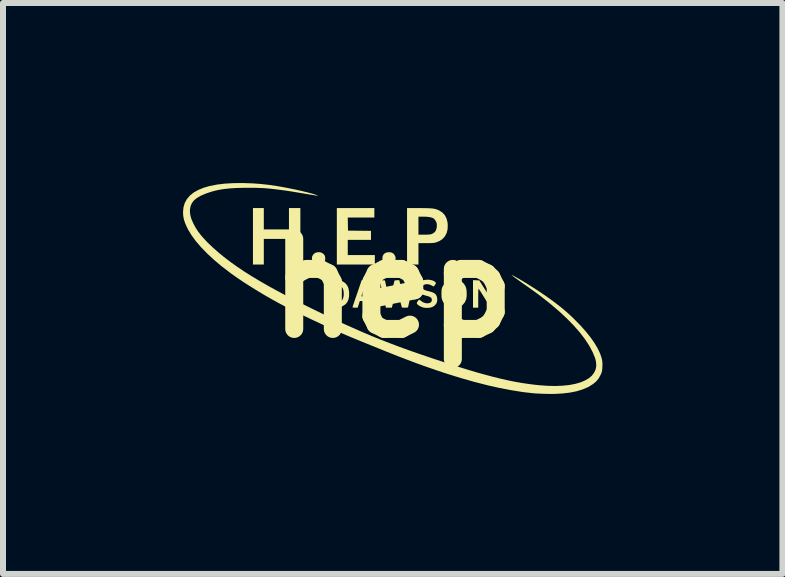
<source format=kicad_pcb>
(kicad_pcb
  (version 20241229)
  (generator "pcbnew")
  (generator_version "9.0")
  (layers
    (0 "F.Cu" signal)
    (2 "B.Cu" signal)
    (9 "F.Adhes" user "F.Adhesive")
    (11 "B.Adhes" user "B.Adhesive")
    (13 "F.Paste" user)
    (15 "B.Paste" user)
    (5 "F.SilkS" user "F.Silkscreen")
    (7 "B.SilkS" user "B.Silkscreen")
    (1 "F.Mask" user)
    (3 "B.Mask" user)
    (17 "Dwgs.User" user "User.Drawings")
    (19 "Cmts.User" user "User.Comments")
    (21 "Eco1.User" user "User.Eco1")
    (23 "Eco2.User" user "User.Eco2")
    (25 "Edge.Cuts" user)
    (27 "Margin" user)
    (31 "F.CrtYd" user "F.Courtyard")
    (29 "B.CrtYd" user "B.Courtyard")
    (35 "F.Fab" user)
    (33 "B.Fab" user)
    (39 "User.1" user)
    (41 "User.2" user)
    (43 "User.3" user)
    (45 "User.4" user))
  (footprint "hep"
    (layer "F.Cu")
    (at 3.496 1.753)
    (property "Reference" "hep" (at 0 0 0) (layer "F.SilkS") (effects (font (size 1.5 1.5) (thickness 0.3))))
    (attr board_only exclude_from_pos_files exclude_from_bom)
    (fp_poly (pts (xy -1.189 -0.593) (xy -1.159 -0.575) (xy -1.136 -0.547) (xy -1.133 -0.54) (xy -1.125 -0.502) (xy -1.13 -0.464) (xy -1.147 -0.431) (xy -1.172 -0.408) (xy -1.202 -0.396) (xy -1.239 -0.392) (xy -1.272 -0.396) (xy -1.305 -0.41) (xy -1.329 -0.436) (xy -1.345 -0.469) (xy -1.349 -0.505) (xy -1.342 -0.536) (xy -1.323 -0.566) (xy -1.295 -0.588) (xy -1.261 -0.599) (xy -1.224 -0.601)) (stroke (width 0) (type solid)) (fill yes) (layer "F.SilkS"))
    (fp_poly (pts (xy -0.026 -0.596) (xy 0.003 -0.583) (xy 0.027 -0.557) (xy 0.029 -0.554) (xy 0.045 -0.518) (xy 0.045 -0.481) (xy 0.032 -0.445) (xy 0.009 -0.416) (xy -0.015 -0.402) (xy -0.048 -0.394) (xy -0.081 -0.394) (xy -0.091 -0.395) (xy -0.131 -0.409) (xy -0.158 -0.432) (xy -0.172 -0.465) (xy -0.175 -0.493) (xy -0.169 -0.536) (xy -0.151 -0.568) (xy -0.122 -0.59) (xy -0.083 -0.6) (xy -0.066 -0.601)) (stroke (width 0) (type solid)) (fill yes) (layer "F.SilkS"))
    (fp_poly (pts (xy -2.15 -1.158) (xy -2.15 -0.98) (xy -1.94 -0.98) (xy -1.731 -0.98) (xy -1.731 -1.158) (xy -1.731 -1.336) (xy -1.636 -1.336) (xy -1.541 -1.336) (xy -1.541 -0.865) (xy -1.541 -0.395) (xy -1.636 -0.395) (xy -1.731 -0.395) (xy -1.731 -0.609) (xy -1.731 -0.822) (xy -1.94 -0.822) (xy -2.15 -0.822) (xy -2.15 -0.609) (xy -2.15 -0.395) (xy -2.24 -0.395) (xy -2.331 -0.395) (xy -2.331 -0.865) (xy -2.331 -1.336) (xy -2.24 -1.336) (xy -2.15 -1.336)) (stroke (width 0) (type solid)) (fill yes) (layer "F.SilkS"))
    (fp_poly (pts (xy -0.308 -1.257) (xy -0.308 -1.178) (xy -0.53 -1.178) (xy -0.751 -1.178) (xy -0.749 -1.069) (xy -0.747 -0.96) (xy -0.555 -0.958) (xy -0.364 -0.956) (xy -0.364 -0.881) (xy -0.364 -0.806) (xy -0.557 -0.806) (xy -0.751 -0.806) (xy -0.751 -0.68) (xy -0.751 -0.553) (xy -0.526 -0.553) (xy -0.3 -0.553) (xy -0.3 -0.474) (xy -0.3 -0.395) (xy -0.616 -0.395) (xy -0.933 -0.395) (xy -0.933 -0.865) (xy -0.933 -1.336) (xy -0.62 -1.336) (xy -0.308 -1.336)) (stroke (width 0) (type solid)) (fill yes) (layer "F.SilkS"))
    (fp_poly (pts (xy 1.388 -0.133) (xy 1.441 -0.13) (xy 1.53 0.012) (xy 1.556 0.054) (xy 1.581 0.091) (xy 1.601 0.122) (xy 1.617 0.144) (xy 1.626 0.155) (xy 1.627 0.156) (xy 1.631 0.152) (xy 1.633 0.134) (xy 1.635 0.104) (xy 1.636 0.059) (xy 1.636 0.013) (xy 1.636 -0.134) (xy 1.675 -0.134) (xy 1.715 -0.134) (xy 1.715 0.095) (xy 1.715 0.325) (xy 1.67 0.322) (xy 1.625 0.32) (xy 1.53 0.164) (xy 1.502 0.12) (xy 1.478 0.081) (xy 1.457 0.048) (xy 1.441 0.024) (xy 1.431 0.011) (xy 1.428 0.008) (xy 1.427 0.016) (xy 1.425 0.037) (xy 1.424 0.068) (xy 1.423 0.109) (xy 1.423 0.156) (xy 1.423 0.166) (xy 1.423 0.324) (xy 1.379 0.324) (xy 1.336 0.324) (xy 1.336 0.094) (xy 1.336 -0.135)) (stroke (width 0) (type solid)) (fill yes) (layer "F.SilkS"))
    (fp_poly (pts (xy -0.994 -0.133) (xy -0.944 -0.132) (xy -0.908 -0.13) (xy -0.882 -0.128) (xy -0.862 -0.124) (xy -0.847 -0.12) (xy -0.834 -0.113) (xy -0.79 -0.083) (xy -0.759 -0.045) (xy -0.739 0.002) (xy -0.729 0.06) (xy -0.729 0.066) (xy -0.729 0.133) (xy -0.74 0.189) (xy -0.761 0.235) (xy -0.793 0.271) (xy -0.835 0.297) (xy -0.853 0.306) (xy -0.87 0.312) (xy -0.889 0.316) (xy -0.913 0.319) (xy -0.945 0.321) (xy -0.988 0.322) (xy -1.001 0.323) (xy -1.122 0.326) (xy -1.122 0.245) (xy -1.036 0.245) (xy -0.969 0.245) (xy -0.934 0.244) (xy -0.91 0.242) (xy -0.892 0.236) (xy -0.877 0.227) (xy -0.848 0.202) (xy -0.83 0.172) (xy -0.82 0.132) (xy -0.818 0.095) (xy -0.821 0.045) (xy -0.832 0.007) (xy -0.852 -0.022) (xy -0.881 -0.044) (xy -0.885 -0.046) (xy -0.909 -0.056) (xy -0.934 -0.061) (xy -0.966 -0.062) (xy -0.976 -0.061) (xy -1.031 -0.059) (xy -1.033 0.093) (xy -1.036 0.245) (xy -1.122 0.245) (xy -1.122 0.095) (xy -1.122 -0.136)) (stroke (width 0) (type solid)) (fill yes) (layer "F.SilkS"))
    (fp_poly (pts (xy -0.46 -0.133) (xy -0.4 -0.13) (xy -0.323 0.091) (xy -0.304 0.147) (xy -0.286 0.198) (xy -0.271 0.243) (xy -0.258 0.279) (xy -0.25 0.304) (xy -0.246 0.317) (xy -0.245 0.318) (xy -0.252 0.321) (xy -0.271 0.323) (xy -0.291 0.324) (xy -0.337 0.324) (xy -0.355 0.269) (xy -0.372 0.213) (xy -0.461 0.213) (xy -0.55 0.213) (xy -0.568 0.269) (xy -0.586 0.324) (xy -0.629 0.324) (xy -0.652 0.323) (xy -0.668 0.32) (xy -0.672 0.318) (xy -0.67 0.309) (xy -0.663 0.288) (xy -0.652 0.255) (xy -0.638 0.213) (xy -0.621 0.163) (xy -0.61 0.132) (xy -0.522 0.132) (xy -0.516 0.138) (xy -0.499 0.141) (xy -0.467 0.142) (xy -0.459 0.142) (xy -0.397 0.142) (xy -0.424 0.053) (xy -0.436 0.018) (xy -0.446 -0.012) (xy -0.454 -0.033) (xy -0.458 -0.042) (xy -0.463 -0.037) (xy -0.47 -0.021) (xy -0.48 0.004) (xy -0.492 0.033) (xy -0.502 0.064) (xy -0.512 0.093) (xy -0.519 0.117) (xy -0.522 0.132) (xy -0.522 0.132) (xy -0.61 0.132) (xy -0.602 0.108) (xy -0.595 0.089) (xy -0.519 -0.135)) (stroke (width 0) (type solid)) (fill yes) (layer "F.SilkS"))
    (fp_poly (pts (xy 0.51 -1.335) (xy 0.57 -1.334) (xy 0.618 -1.332) (xy 0.656 -1.329) (xy 0.688 -1.325) (xy 0.715 -1.318) (xy 0.74 -1.31) (xy 0.765 -1.299) (xy 0.772 -1.296) (xy 0.825 -1.262) (xy 0.866 -1.218) (xy 0.894 -1.164) (xy 0.911 -1.1) (xy 0.915 -1.058) (xy 0.913 -0.985) (xy 0.897 -0.921) (xy 0.869 -0.866) (xy 0.829 -0.821) (xy 0.776 -0.786) (xy 0.725 -0.765) (xy 0.702 -0.759) (xy 0.677 -0.755) (xy 0.645 -0.753) (xy 0.604 -0.751) (xy 0.553 -0.751) (xy 0.427 -0.751) (xy 0.427 -0.573) (xy 0.427 -0.395) (xy 0.332 -0.395) (xy 0.237 -0.395) (xy 0.237 -0.865) (xy 0.237 -1.043) (xy 0.427 -1.043) (xy 0.427 -0.893) (xy 0.528 -0.893) (xy 0.571 -0.893) (xy 0.603 -0.895) (xy 0.625 -0.897) (xy 0.643 -0.902) (xy 0.659 -0.909) (xy 0.664 -0.911) (xy 0.696 -0.933) (xy 0.718 -0.963) (xy 0.73 -1.004) (xy 0.733 -1.03) (xy 0.733 -1.062) (xy 0.73 -1.086) (xy 0.72 -1.109) (xy 0.718 -1.114) (xy 0.703 -1.138) (xy 0.686 -1.158) (xy 0.68 -1.163) (xy 0.654 -1.175) (xy 0.615 -1.185) (xy 0.565 -1.191) (xy 0.506 -1.193) (xy 0.496 -1.193) (xy 0.427 -1.193) (xy 0.427 -1.043) (xy 0.237 -1.043) (xy 0.237 -1.336) (xy 0.438 -1.336)) (stroke (width 0) (type solid)) (fill yes) (layer "F.SilkS"))
    (fp_poly (pts (xy 1.041 -0.141) (xy 1.1 -0.13) (xy 1.148 -0.108) (xy 1.186 -0.073) (xy 1.214 -0.026) (xy 1.214 -0.025) (xy 1.224 0.009) (xy 1.23 0.052) (xy 1.231 0.099) (xy 1.229 0.145) (xy 1.222 0.183) (xy 1.222 0.185) (xy 1.2 0.234) (xy 1.166 0.275) (xy 1.123 0.305) (xy 1.073 0.323) (xy 1.018 0.329) (xy 0.976 0.324) (xy 0.922 0.307) (xy 0.879 0.281) (xy 0.847 0.244) (xy 0.829 0.211) (xy 0.82 0.188) (xy 0.814 0.165) (xy 0.811 0.136) (xy 0.811 0.109) (xy 0.901 0.109) (xy 0.905 0.149) (xy 0.912 0.183) (xy 0.922 0.203) (xy 0.95 0.231) (xy 0.987 0.247) (xy 1.026 0.252) (xy 1.064 0.245) (xy 1.084 0.235) (xy 1.111 0.21) (xy 1.13 0.176) (xy 1.139 0.133) (xy 1.141 0.091) (xy 1.136 0.034) (xy 1.122 -0.01) (xy 1.098 -0.041) (xy 1.065 -0.06) (xy 1.022 -0.066) (xy 1.02 -0.066) (xy 0.977 -0.06) (xy 0.944 -0.042) (xy 0.92 -0.011) (xy 0.915 -0.002) (xy 0.906 0.029) (xy 0.902 0.067) (xy 0.901 0.109) (xy 0.811 0.109) (xy 0.81 0.097) (xy 0.81 0.091) (xy 0.811 0.053) (xy 0.813 0.025) (xy 0.817 0.004) (xy 0.824 -0.017) (xy 0.833 -0.034) (xy 0.863 -0.08) (xy 0.902 -0.113) (xy 0.951 -0.134) (xy 1.009 -0.141)) (stroke (width 0) (type solid)) (fill yes) (layer "F.SilkS"))
    (fp_poly (pts (xy 0.61 -0.141) (xy 0.654 -0.132) (xy 0.691 -0.116) (xy 0.704 -0.106) (xy 0.716 -0.092) (xy 0.717 -0.079) (xy 0.707 -0.061) (xy 0.699 -0.052) (xy 0.68 -0.028) (xy 0.65 -0.045) (xy 0.613 -0.061) (xy 0.577 -0.068) (xy 0.543 -0.066) (xy 0.516 -0.056) (xy 0.498 -0.039) (xy 0.494 -0.029) (xy 0.491 -0.009) (xy 0.497 0.007) (xy 0.512 0.021) (xy 0.539 0.033) (xy 0.578 0.045) (xy 0.605 0.051) (xy 0.656 0.066) (xy 0.693 0.084) (xy 0.718 0.107) (xy 0.733 0.137) (xy 0.74 0.175) (xy 0.738 0.221) (xy 0.722 0.26) (xy 0.694 0.291) (xy 0.656 0.314) (xy 0.61 0.326) (xy 0.555 0.328) (xy 0.519 0.324) (xy 0.487 0.315) (xy 0.454 0.3) (xy 0.426 0.283) (xy 0.406 0.265) (xy 0.403 0.26) (xy 0.399 0.247) (xy 0.404 0.233) (xy 0.415 0.217) (xy 0.428 0.2) (xy 0.438 0.191) (xy 0.44 0.19) (xy 0.448 0.194) (xy 0.463 0.206) (xy 0.469 0.211) (xy 0.503 0.234) (xy 0.539 0.247) (xy 0.573 0.252) (xy 0.603 0.249) (xy 0.628 0.239) (xy 0.645 0.221) (xy 0.651 0.196) (xy 0.646 0.172) (xy 0.637 0.157) (xy 0.618 0.145) (xy 0.587 0.133) (xy 0.544 0.121) (xy 0.531 0.118) (xy 0.481 0.101) (xy 0.443 0.076) (xy 0.419 0.042) (xy 0.409 0.001) (xy 0.408 -0.009) (xy 0.413 -0.052) (xy 0.429 -0.086) (xy 0.459 -0.112) (xy 0.478 -0.123) (xy 0.517 -0.136) (xy 0.563 -0.142)) (stroke (width 0) (type solid)) (fill yes) (layer "F.SilkS"))
    (fp_poly (pts (xy -0.176 -0.133) (xy -0.131 -0.13) (xy -0.099 0.02) (xy -0.086 0.077) (xy -0.077 0.12) (xy -0.069 0.151) (xy -0.064 0.171) (xy -0.06 0.183) (xy -0.057 0.187) (xy -0.054 0.186) (xy -0.052 0.18) (xy -0.051 0.179) (xy -0.047 0.167) (xy -0.041 0.142) (xy -0.031 0.108) (xy -0.021 0.066) (xy -0.009 0.019) (xy -0.008 0.017) (xy 0.029 -0.13) (xy 0.068 -0.133) (xy 0.107 -0.135) (xy 0.125 -0.066) (xy 0.144 0.005) (xy 0.158 0.062) (xy 0.17 0.106) (xy 0.179 0.139) (xy 0.186 0.161) (xy 0.191 0.176) (xy 0.195 0.183) (xy 0.197 0.185) (xy 0.198 0.184) (xy 0.201 0.175) (xy 0.207 0.154) (xy 0.214 0.123) (xy 0.223 0.085) (xy 0.233 0.043) (xy 0.242 0.000374) (xy 0.251 -0.041) (xy 0.259 -0.077) (xy 0.265 -0.106) (xy 0.268 -0.124) (xy 0.269 -0.128) (xy 0.276 -0.132) (xy 0.294 -0.134) (xy 0.313 -0.134) (xy 0.338 -0.134) (xy 0.35 -0.131) (xy 0.354 -0.125) (xy 0.353 -0.121) (xy 0.35 -0.109) (xy 0.344 -0.084) (xy 0.336 -0.05) (xy 0.327 -0.008) (xy 0.316 0.039) (xy 0.304 0.089) (xy 0.293 0.14) (xy 0.282 0.188) (xy 0.272 0.233) (xy 0.264 0.27) (xy 0.257 0.299) (xy 0.254 0.316) (xy 0.253 0.32) (xy 0.246 0.322) (xy 0.227 0.323) (xy 0.202 0.324) (xy 0.175 0.324) (xy 0.157 0.322) (xy 0.15 0.32) (xy 0.148 0.311) (xy 0.143 0.289) (xy 0.134 0.258) (xy 0.124 0.221) (xy 0.113 0.181) (xy 0.101 0.14) (xy 0.09 0.101) (xy 0.081 0.067) (xy 0.073 0.042) (xy 0.069 0.028) (xy 0.068 0.025) (xy 0.066 0.024) (xy 0.063 0.026) (xy 0.06 0.033) (xy 0.056 0.047) (xy 0.05 0.07) (xy 0.04 0.104) (xy 0.028 0.152) (xy 0.028 0.154) (xy 0.017 0.196) (xy 0.006 0.236) (xy -0.002 0.268) (xy -0.008 0.291) (xy -0.009 0.294) (xy -0.016 0.324) (xy -0.066 0.324) (xy -0.115 0.324) (xy -0.157 0.14) (xy -0.169 0.086) (xy -0.181 0.033) (xy -0.192 -0.014) (xy -0.201 -0.053) (xy -0.207 -0.08) (xy -0.209 -0.089) (xy -0.22 -0.135)) (stroke (width 0) (type solid)) (fill yes) (layer "F.SilkS"))
    (fp_poly (pts (xy -2.467 -1.752) (xy -2.332 -1.747) (xy -2.198 -1.737) (xy -2.062 -1.722) (xy -1.921 -1.701) (xy -1.771 -1.674) (xy -1.641 -1.648) (xy -1.583 -1.635) (xy -1.525 -1.622) (xy -1.468 -1.608) (xy -1.414 -1.595) (xy -1.365 -1.582) (xy -1.323 -1.57) (xy -1.289 -1.559) (xy -1.264 -1.551) (xy -1.251 -1.545) (xy -1.252 -1.542) (xy -1.255 -1.541) (xy -1.265 -1.543) (xy -1.289 -1.546) (xy -1.324 -1.552) (xy -1.37 -1.559) (xy -1.423 -1.568) (xy -1.482 -1.578) (xy -1.523 -1.585) (xy -1.651 -1.606) (xy -1.765 -1.624) (xy -1.869 -1.638) (xy -1.964 -1.65) (xy -2.053 -1.66) (xy -2.138 -1.667) (xy -2.221 -1.671) (xy -2.305 -1.674) (xy -2.392 -1.674) (xy -2.484 -1.673) (xy -2.499 -1.673) (xy -2.611 -1.67) (xy -2.709 -1.664) (xy -2.798 -1.655) (xy -2.879 -1.643) (xy -2.955 -1.627) (xy -3.028 -1.607) (xy -3.103 -1.582) (xy -3.127 -1.573) (xy -3.203 -1.54) (xy -3.265 -1.504) (xy -3.313 -1.465) (xy -3.347 -1.421) (xy -3.369 -1.372) (xy -3.38 -1.316) (xy -3.381 -1.308) (xy -3.38 -1.258) (xy -3.372 -1.207) (xy -3.356 -1.152) (xy -3.329 -1.09) (xy -3.32 -1.071) (xy -3.283 -1.003) (xy -3.24 -0.938) (xy -3.188 -0.872) (xy -3.126 -0.803) (xy -3.087 -0.762) (xy -3.002 -0.681) (xy -2.913 -0.602) (xy -2.816 -0.522) (xy -2.713 -0.443) (xy -2.601 -0.363) (xy -2.481 -0.282) (xy -2.351 -0.2) (xy -2.211 -0.116) (xy -2.061 -0.03) (xy -1.898 0.059) (xy -1.724 0.152) (xy -1.536 0.247) (xy -1.334 0.347) (xy -1.178 0.423) (xy -0.997 0.509) (xy -0.828 0.588) (xy -0.665 0.661) (xy -0.509 0.73) (xy -0.355 0.795) (xy -0.201 0.858) (xy -0.045 0.918) (xy 0.116 0.979) (xy 0.285 1.04) (xy 0.463 1.102) (xy 0.654 1.167) (xy 0.684 1.177) (xy 0.877 1.24) (xy 1.056 1.298) (xy 1.224 1.35) (xy 1.38 1.397) (xy 1.527 1.438) (xy 1.665 1.475) (xy 1.795 1.507) (xy 1.918 1.535) (xy 2.037 1.559) (xy 2.151 1.579) (xy 2.262 1.595) (xy 2.372 1.609) (xy 2.438 1.616) (xy 2.578 1.626) (xy 2.708 1.629) (xy 2.829 1.624) (xy 2.939 1.613) (xy 3.038 1.594) (xy 3.125 1.57) (xy 3.201 1.538) (xy 3.265 1.501) (xy 3.316 1.458) (xy 3.354 1.408) (xy 3.379 1.354) (xy 3.39 1.294) (xy 3.386 1.229) (xy 3.371 1.165) (xy 3.329 1.063) (xy 3.273 0.958) (xy 3.202 0.849) (xy 3.116 0.737) (xy 3.016 0.623) (xy 2.902 0.506) (xy 2.773 0.386) (xy 2.631 0.265) (xy 2.476 0.142) (xy 2.437 0.112) (xy 2.401 0.086) (xy 2.356 0.053) (xy 2.304 0.016) (xy 2.249 -0.024) (xy 2.193 -0.063) (xy 2.155 -0.09) (xy 2.108 -0.123) (xy 2.067 -0.153) (xy 2.031 -0.179) (xy 2.004 -0.199) (xy 1.986 -0.213) (xy 1.979 -0.219) (xy 1.979 -0.22) (xy 1.988 -0.218) (xy 2.008 -0.208) (xy 2.038 -0.192) (xy 2.077 -0.17) (xy 2.122 -0.144) (xy 2.172 -0.114) (xy 2.226 -0.082) (xy 2.281 -0.047) (xy 2.337 -0.012) (xy 2.39 0.022) (xy 2.441 0.056) (xy 2.442 0.056) (xy 2.546 0.127) (xy 2.639 0.193) (xy 2.722 0.255) (xy 2.799 0.315) (xy 2.871 0.375) (xy 2.941 0.437) (xy 3.011 0.503) (xy 3.033 0.525) (xy 3.131 0.625) (xy 3.218 0.724) (xy 3.295 0.82) (xy 3.36 0.913) (xy 3.413 1.002) (xy 3.453 1.086) (xy 3.478 1.158) (xy 3.486 1.193) (xy 3.491 1.225) (xy 3.493 1.262) (xy 3.492 1.303) (xy 3.49 1.343) (xy 3.487 1.373) (xy 3.481 1.397) (xy 3.473 1.421) (xy 3.463 1.442) (xy 3.431 1.501) (xy 3.392 1.549) (xy 3.344 1.591) (xy 3.331 1.6) (xy 3.255 1.647) (xy 3.166 1.685) (xy 3.066 1.716) (xy 2.953 1.739) (xy 2.827 1.754) (xy 2.688 1.761) (xy 2.602 1.761) (xy 2.545 1.76) (xy 2.482 1.758) (xy 2.421 1.755) (xy 2.366 1.752) (xy 2.339 1.75) (xy 2.165 1.73) (xy 1.979 1.7) (xy 1.783 1.663) (xy 1.578 1.617) (xy 1.364 1.562) (xy 1.144 1.5) (xy 0.919 1.43) (xy 0.838 1.404) (xy 0.748 1.374) (xy 0.661 1.344) (xy 0.574 1.314) (xy 0.488 1.284) (xy 0.4 1.252) (xy 0.309 1.218) (xy 0.215 1.182) (xy 0.115 1.144) (xy 0.009 1.102) (xy -0.105 1.057) (xy -0.228 1.007) (xy -0.362 0.953) (xy -0.507 0.894) (xy -0.664 0.829) (xy -0.72 0.806) (xy -0.823 0.762) (xy -0.938 0.712) (xy -1.06 0.657) (xy -1.188 0.598) (xy -1.318 0.537) (xy -1.448 0.475) (xy -1.575 0.414) (xy -1.696 0.354) (xy -1.808 0.297) (xy -1.908 0.244) (xy -1.909 0.244) (xy -2.02 0.182) (xy -2.137 0.115) (xy -2.255 0.044) (xy -2.373 -0.029) (xy -2.486 -0.101) (xy -2.591 -0.172) (xy -2.686 -0.239) (xy -2.713 -0.259) (xy -2.853 -0.366) (xy -2.98 -0.473) (xy -3.094 -0.579) (xy -3.195 -0.683) (xy -3.282 -0.784) (xy -3.355 -0.884) (xy -3.413 -0.98) (xy -3.434 -1.022) (xy -3.462 -1.087) (xy -3.481 -1.144) (xy -3.492 -1.2) (xy -3.496 -1.258) (xy -3.496 -1.268) (xy -3.489 -1.347) (xy -3.468 -1.419) (xy -3.433 -1.483) (xy -3.384 -1.542) (xy -3.321 -1.593) (xy -3.244 -1.637) (xy -3.154 -1.674) (xy -3.05 -1.704) (xy -2.932 -1.727) (xy -2.802 -1.743) (xy -2.658 -1.751) (xy -2.5 -1.753)) (stroke (width 0) (type solid)) (fill yes) (layer "F.SilkS")))
  (gr_rect
    (start -3 -3)
    (end 9.988 6.514)
    (stroke (width 0.1) (type default))
    (fill no)
    (layer "Edge.Cuts")))
</source>
